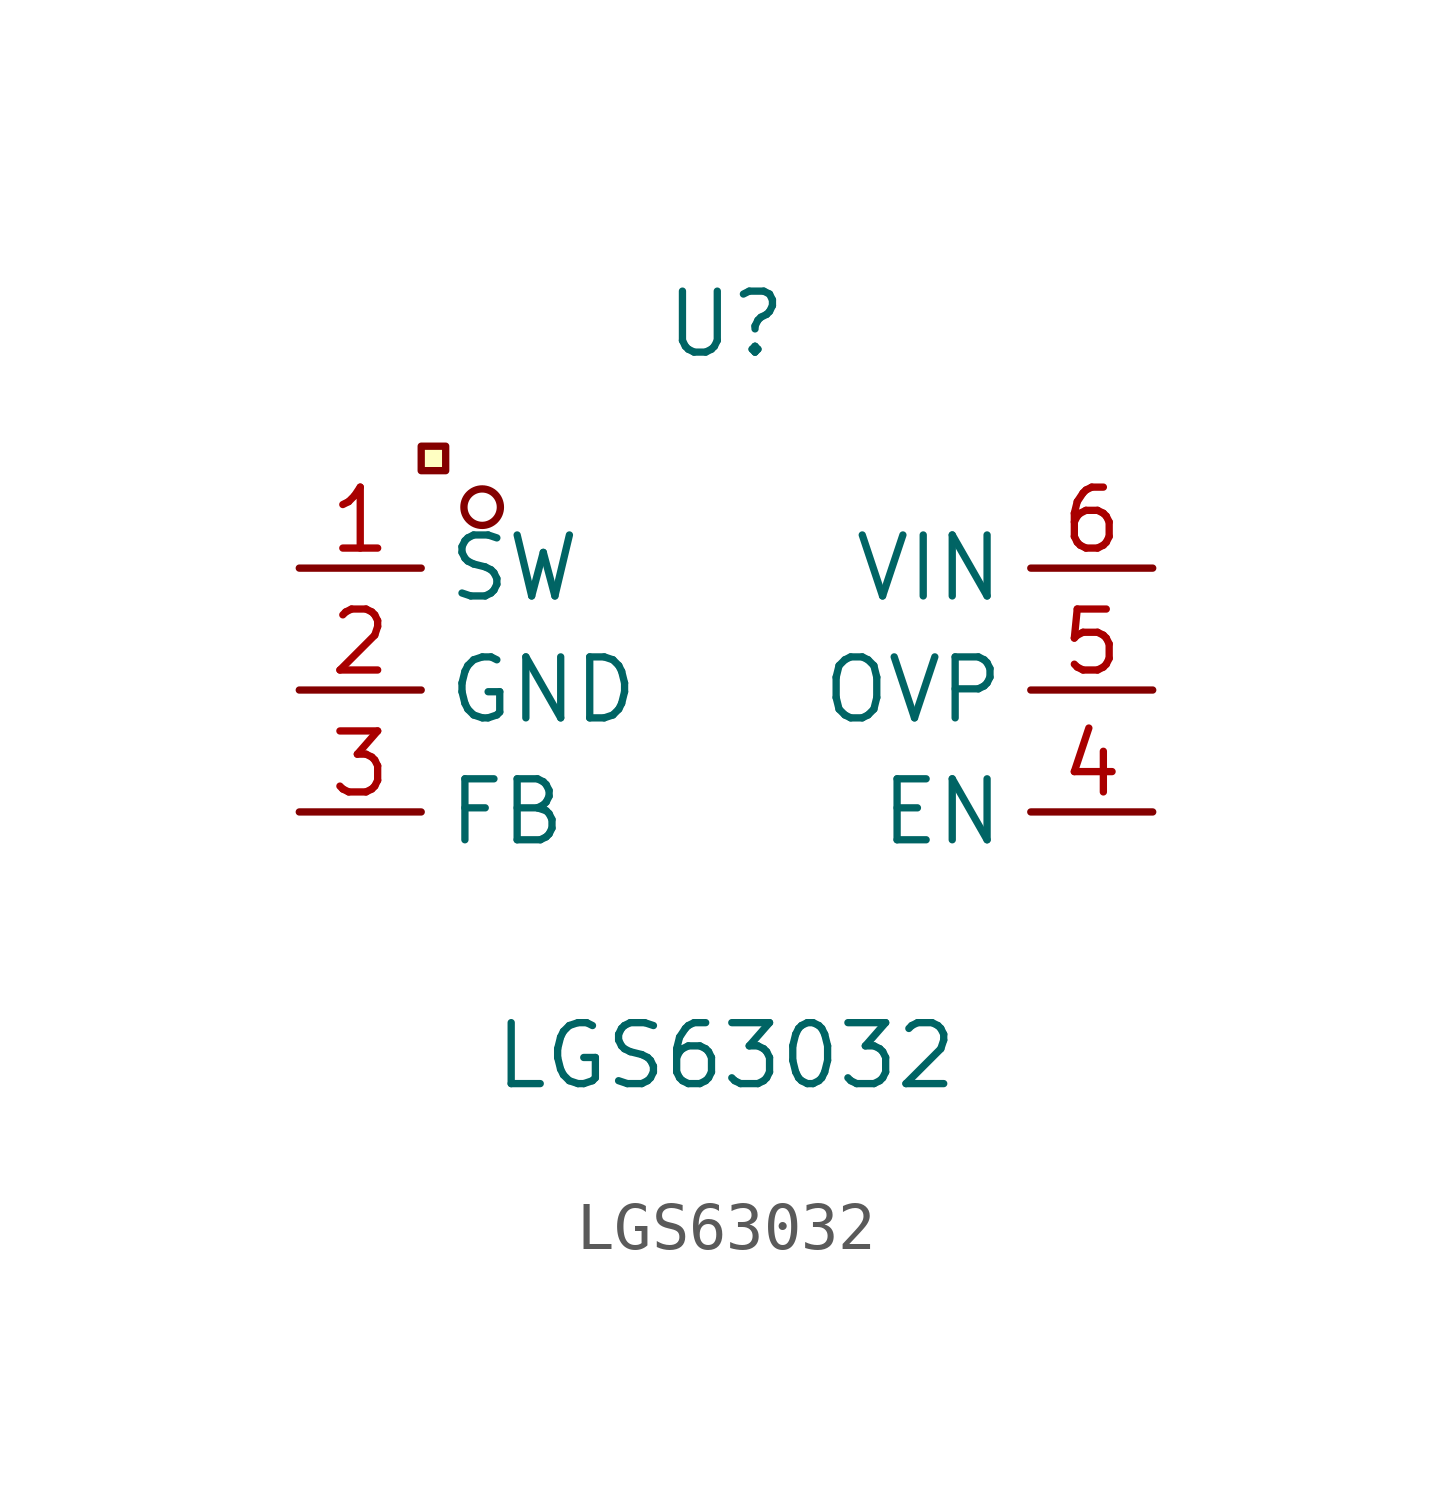
<source format=kicad_sym>
(kicad_symbol_lib
  (version 20211014)
  (generator https://github.com/uPesy/easyeda2kicad.py)
  (symbol "LGS63032"
    (property "Reference" "U"
      (at 0 7.62 0)
      (effects (font (size 1.27 1.27))))
    (property "Value" "LGS63032"
      (at 0 -7.62 0)
      (effects (font (size 1.27 1.27))))
    (symbol "LGS63032_0_1"
      (rectangle (start -6.35 5.08) (end -5.84 4.57) (stroke (width 0) (type default) (color 0 0 0 0)) (fill (type background)))
      (circle (center -5.08 3.81) (radius 0.38) (stroke (width 0) (type default) (color 0 0 0 0)) (fill (type none)))
      (pin unspecified line (at -8.89 2.54 0) (length 2.54) (name "SW" (effects (font (size 1.27 1.27)))) (number "1" (effects (font (size 1.27 1.27)))))
      (pin unspecified line (at -8.89 -0.00 0) (length 2.54) (name "GND" (effects (font (size 1.27 1.27)))) (number "2" (effects (font (size 1.27 1.27)))))
      (pin unspecified line (at -8.89 -2.54 0) (length 2.54) (name "FB" (effects (font (size 1.27 1.27)))) (number "3" (effects (font (size 1.27 1.27)))))
      (pin unspecified line (at 8.89 -2.54 180) (length 2.54) (name "EN" (effects (font (size 1.27 1.27)))) (number "4" (effects (font (size 1.27 1.27)))))
      (pin unspecified line (at 8.89 -0.00 180) (length 2.54) (name "OVP" (effects (font (size 1.27 1.27)))) (number "5" (effects (font (size 1.27 1.27)))))
      (pin unspecified line (at 8.89 2.54 180) (length 2.54) (name "VIN" (effects (font (size 1.27 1.27)))) (number "6" (effects (font (size 1.27 1.27))))))))
</source>
